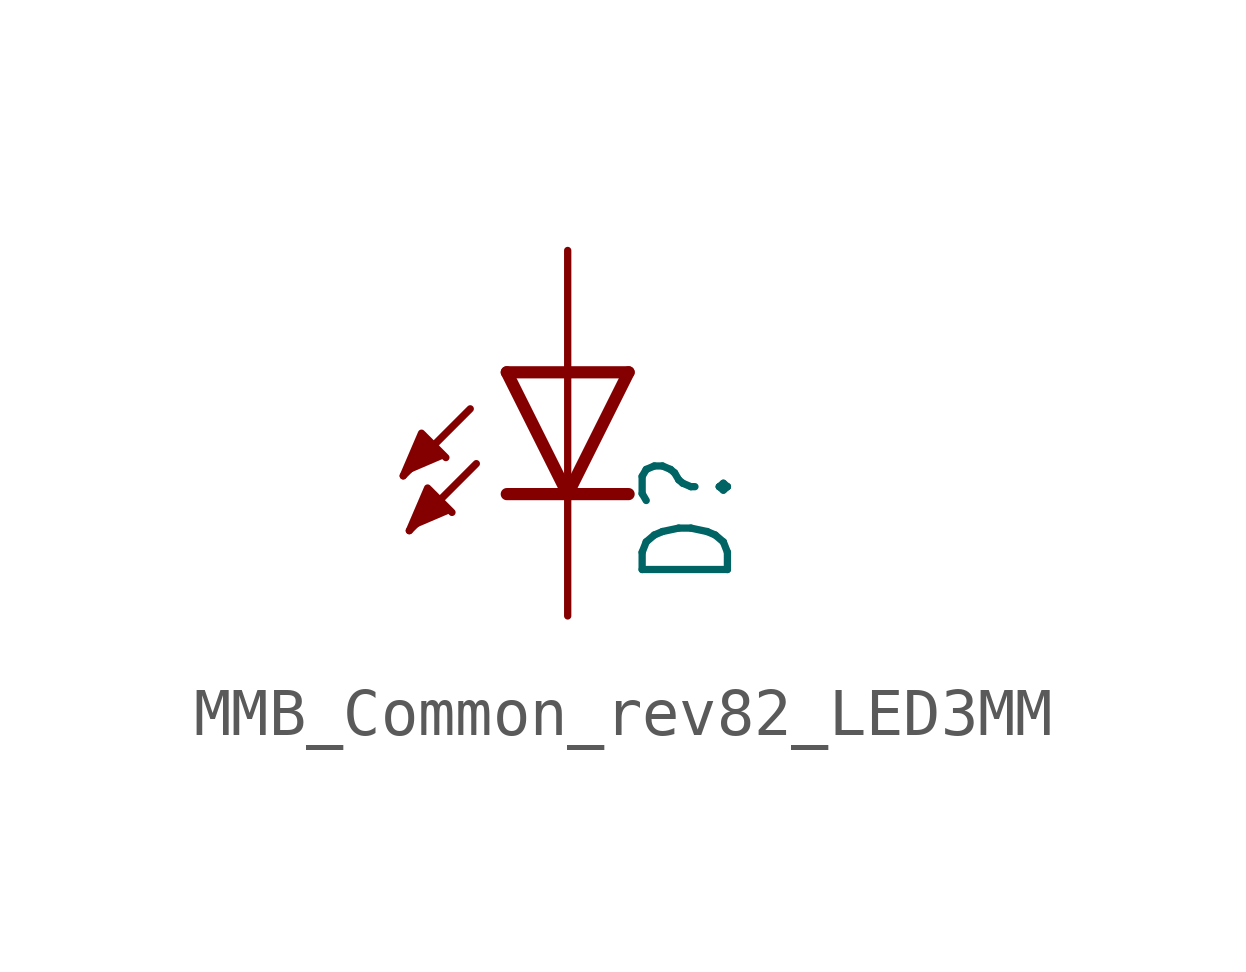
<source format=kicad_sym>
(kicad_symbol_lib
  (version 20220914)
  (generator kicad_symbol_editor)
  (symbol "MMB_Common_rev82_LED3MM"
    (property "Reference" "D"
      (at 3.556 -4.572 90)
      (effects (font (size 1.778 1.511)) (justify left bottom)))
    (property "Value" ""
      (at 5.715 -4.572 90)
      (effects (font (size 1.778 1.511)) (justify left bottom)))
    (property "ki_locked" ""
      (at 0 0 0)
      (effects (font (size 1.27 1.27))))
    (symbol "MMB_Common_rev82_LED3MM_1_0"
      (polyline (pts (xy -2.032 -0.762) (xy -3.429 -2.159)) (stroke (width 0.152) (type solid)) (fill (type none)))
      (polyline (pts (xy -1.905 -1.905) (xy -3.302 -3.302)) (stroke (width 0.152) (type solid)) (fill (type none)))
      (polyline (pts (xy 0 -2.54) (xy -1.27 -2.54)) (stroke (width 0.254) (type solid)) (fill (type none)))
      (polyline (pts (xy 0 -2.54) (xy -1.27 0)) (stroke (width 0.254) (type solid)) (fill (type none)))
      (polyline (pts (xy 0 0) (xy -1.27 0)) (stroke (width 0.254) (type solid)) (fill (type none)))
      (polyline (pts (xy 0 0) (xy 0 -2.54)) (stroke (width 0.152) (type solid)) (fill (type none)))
      (polyline (pts (xy 1.27 -2.54) (xy 0 -2.54)) (stroke (width 0.254) (type solid)) (fill (type none)))
      (polyline (pts (xy 1.27 0) (xy 0 -2.54)) (stroke (width 0.254) (type solid)) (fill (type none)))
      (polyline (pts (xy 1.27 0) (xy 0 0)) (stroke (width 0.254) (type solid)) (fill (type none)))
      (polyline (pts (xy -3.429 -2.159) (xy -3.048 -1.27) (xy -2.54 -1.778)) (stroke (width 0.152) (type solid)) (fill (type outline)))
      (polyline (pts (xy -3.302 -3.302) (xy -2.921 -2.413) (xy -2.413 -2.921)) (stroke (width 0.152) (type solid)) (fill (type outline)))
      (pin passive line (at 0 2.54 270) (length 2.54) (name "A" (effects (font (size 0 0)))) (number "A" (effects (font (size 0 0)))))
      (pin passive line (at 0 -5.08 90) (length 2.54) (name "C" (effects (font (size 0 0)))) (number "K" (effects (font (size 0 0))))))))
</source>
